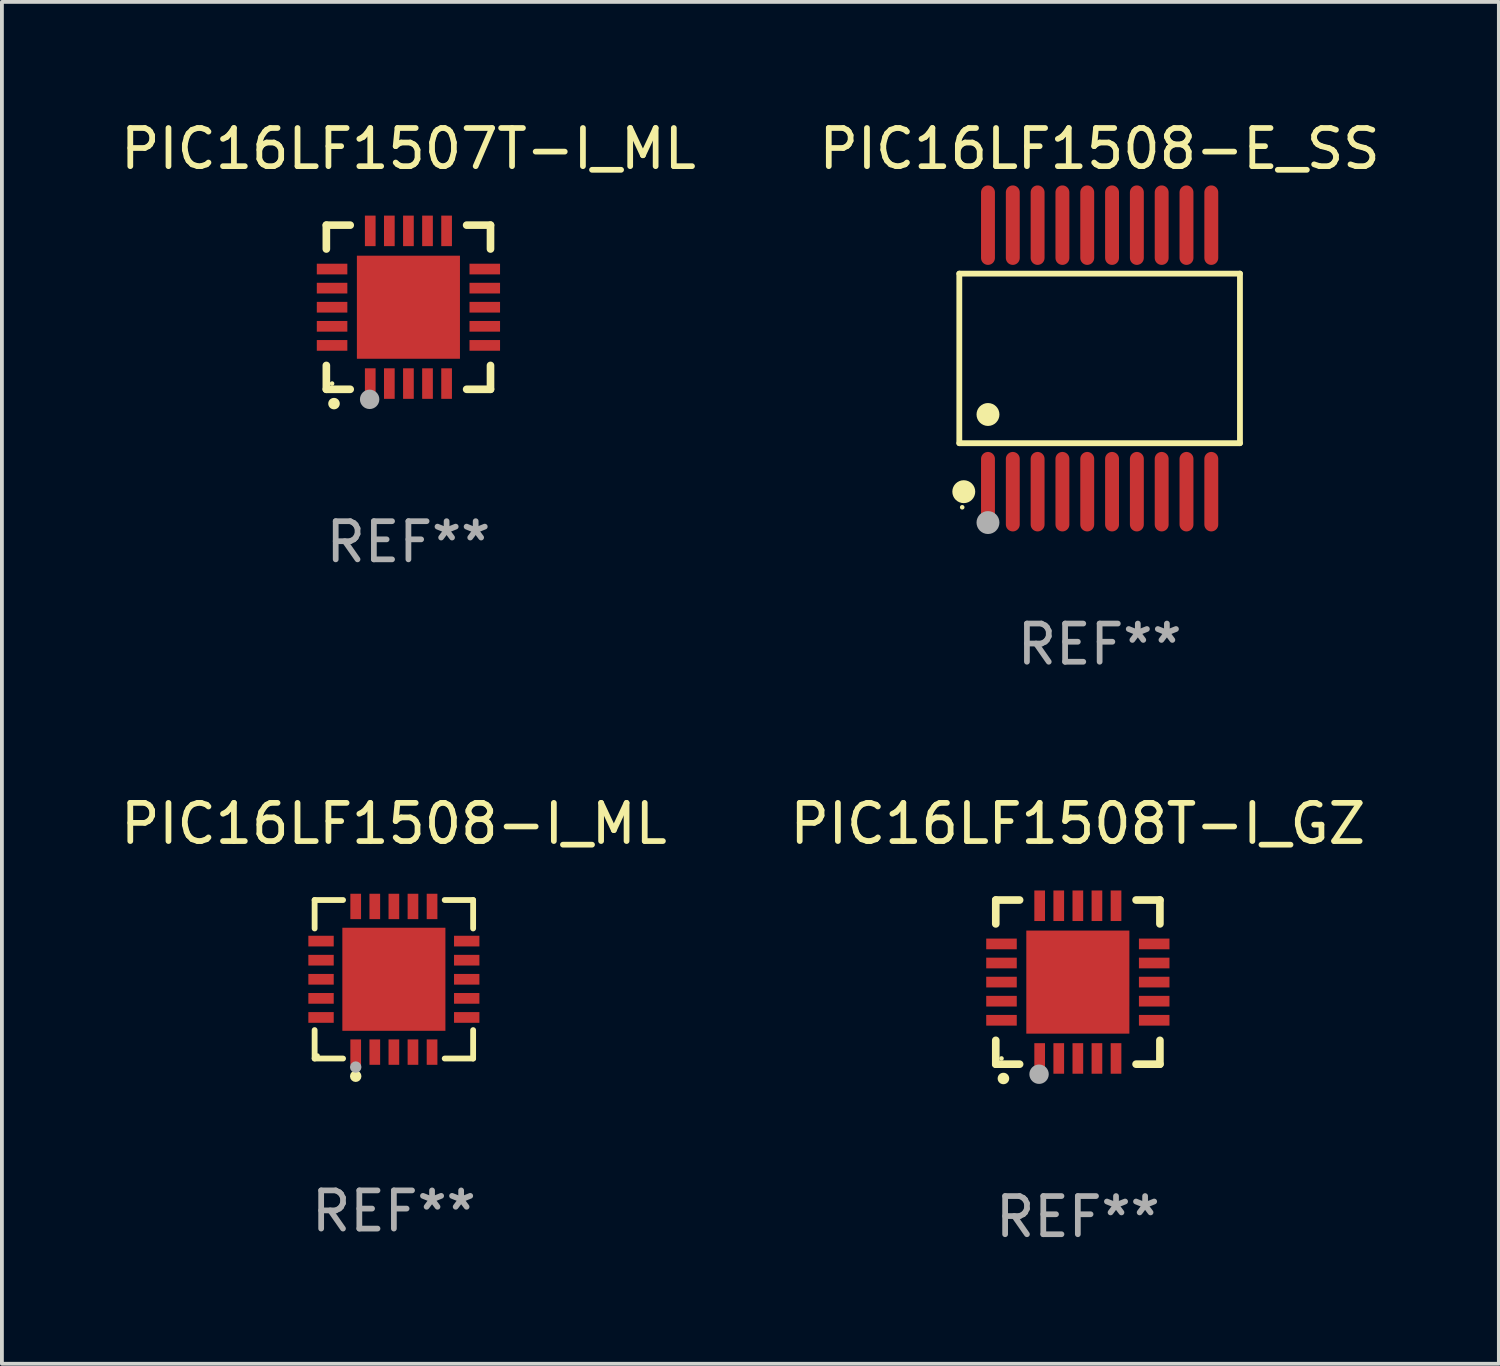
<source format=kicad_pcb>
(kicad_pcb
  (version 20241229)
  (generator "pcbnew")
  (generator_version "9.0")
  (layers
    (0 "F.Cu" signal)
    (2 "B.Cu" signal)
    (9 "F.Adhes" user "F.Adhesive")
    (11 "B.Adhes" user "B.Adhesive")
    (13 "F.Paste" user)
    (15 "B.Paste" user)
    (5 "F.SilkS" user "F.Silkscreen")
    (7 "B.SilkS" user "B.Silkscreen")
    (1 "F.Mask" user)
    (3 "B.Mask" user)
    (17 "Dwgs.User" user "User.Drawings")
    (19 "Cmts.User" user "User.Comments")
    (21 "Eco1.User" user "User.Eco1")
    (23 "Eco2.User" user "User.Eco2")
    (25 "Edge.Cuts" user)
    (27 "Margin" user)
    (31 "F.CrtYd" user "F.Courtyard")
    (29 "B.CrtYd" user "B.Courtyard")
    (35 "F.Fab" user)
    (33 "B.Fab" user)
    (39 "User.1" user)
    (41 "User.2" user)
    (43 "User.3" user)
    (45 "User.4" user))
  (footprint "PIC16LF1508-I_ML"
    (layer "F.Cu")
    (at 7.268 22.603)
    (property "Reference" "PIC16LF1508-I_ML" (at 0 -4.076 0) (layer "F.SilkS") (effects (font (size 1 1) (thickness 0.15))))
    (attr through_hole)
    (fp_line (start -2.076 -2.076) (end -1.331 -2.076) (stroke (width 0.152) (type solid)) (layer "F.SilkS"))
    (fp_line (start -2.076 -1.331) (end -2.076 -2.076) (stroke (width 0.152) (type solid)) (layer "F.SilkS"))
    (fp_line (start -2.076 1.331) (end -2.076 2.076) (stroke (width 0.152) (type solid)) (layer "F.SilkS"))
    (fp_line (start -2.076 2.076) (end -1.331 2.076) (stroke (width 0.152) (type solid)) (layer "F.SilkS"))
    (fp_line (start 2.076 -2.076) (end 1.331 -2.076) (stroke (width 0.152) (type solid)) (layer "F.SilkS"))
    (fp_line (start 2.076 -1.331) (end 2.076 -2.076) (stroke (width 0.152) (type solid)) (layer "F.SilkS"))
    (fp_line (start 2.076 1.331) (end 2.076 2.076) (stroke (width 0.152) (type solid)) (layer "F.SilkS"))
    (fp_line (start 2.076 2.076) (end 1.331 2.076) (stroke (width 0.152) (type solid)) (layer "F.SilkS"))
    (fp_circle (center -2 2) (end -1.97 2) (stroke (width 0.06) (type solid)) (fill no) (layer "F.SilkS"))
    (fp_circle (center -1 2.54) (end -0.925 2.54) (stroke (width 0.15) (type solid)) (fill no) (layer "F.SilkS"))
    (fp_circle (center -1 2.3) (end -0.925 2.3) (stroke (width 0.15) (type solid)) (fill no) (layer "F.Fab"))
    (fp_text user "REF**" (at 0 6.076 0) (layer "F.Fab") (effects (font (size 1 1) (thickness 0.15))))
    (pad "1" smd rect (at -1 1.908) (size 0.28 0.665) (layers "F.Cu" "F.Mask" "F.Paste"))
    (pad "2" smd rect (at -0.5 1.908) (size 0.28 0.665) (layers "F.Cu" "F.Mask" "F.Paste"))
    (pad "3" smd rect (at 0 1.908) (size 0.28 0.665) (layers "F.Cu" "F.Mask" "F.Paste"))
    (pad "4" smd rect (at 0.5 1.908) (size 0.28 0.665) (layers "F.Cu" "F.Mask" "F.Paste"))
    (pad "5" smd rect (at 1 1.908) (size 0.28 0.665) (layers "F.Cu" "F.Mask" "F.Paste"))
    (pad "6" smd rect (at 1.908 1) (size 0.665 0.28) (layers "F.Cu" "F.Mask" "F.Paste"))
    (pad "7" smd rect (at 1.908 0.5) (size 0.665 0.28) (layers "F.Cu" "F.Mask" "F.Paste"))
    (pad "8" smd rect (at 1.908 0) (size 0.665 0.28) (layers "F.Cu" "F.Mask" "F.Paste"))
    (pad "9" smd rect (at 1.908 -0.5) (size 0.665 0.28) (layers "F.Cu" "F.Mask" "F.Paste"))
    (pad "10" smd rect (at 1.908 -1) (size 0.665 0.28) (layers "F.Cu" "F.Mask" "F.Paste"))
    (pad "11" smd rect (at 1 -1.908) (size 0.28 0.665) (layers "F.Cu" "F.Mask" "F.Paste"))
    (pad "12" smd rect (at 0.5 -1.908) (size 0.28 0.665) (layers "F.Cu" "F.Mask" "F.Paste"))
    (pad "13" smd rect (at 0 -1.908) (size 0.28 0.665) (layers "F.Cu" "F.Mask" "F.Paste"))
    (pad "14" smd rect (at -0.5 -1.908) (size 0.28 0.665) (layers "F.Cu" "F.Mask" "F.Paste"))
    (pad "15" smd rect (at -1 -1.908) (size 0.28 0.665) (layers "F.Cu" "F.Mask" "F.Paste"))
    (pad "16" smd rect (at -1.908 -1) (size 0.665 0.28) (layers "F.Cu" "F.Mask" "F.Paste"))
    (pad "17" smd rect (at -1.908 -0.5) (size 0.665 0.28) (layers "F.Cu" "F.Mask" "F.Paste"))
    (pad "18" smd rect (at -1.908 0) (size 0.665 0.28) (layers "F.Cu" "F.Mask" "F.Paste"))
    (pad "19" smd rect (at -1.908 0.5) (size 0.665 0.28) (layers "F.Cu" "F.Mask" "F.Paste"))
    (pad "20" smd rect (at -1.908 1) (size 0.665 0.28) (layers "F.Cu" "F.Mask" "F.Paste"))
    (pad "21" smd rect (at 0 0) (size 2.7 2.7) (layers "F.Cu" "F.Mask" "F.Paste")))
  (footprint "PIC16LF1507T-I_ML"
    (layer "F.Cu")
    (at 7.649 4.998)
    (property "Reference" "PIC16LF1507T-I_ML" (at 0 -4.15 0) (layer "F.SilkS") (effects (font (size 1 1) (thickness 0.15))))
    (attr through_hole)
    (fp_line (start -2.15 -2.15) (end -2.15 -1.525) (stroke (width 0.2) (type solid)) (layer "F.SilkS"))
    (fp_line (start -2.15 2.15) (end -2.15 1.525) (stroke (width 0.2) (type solid)) (layer "F.SilkS"))
    (fp_line (start -1.525 -2.15) (end -2.15 -2.15) (stroke (width 0.2) (type solid)) (layer "F.SilkS"))
    (fp_line (start -1.525 2.15) (end -2.15 2.15) (stroke (width 0.2) (type solid)) (layer "F.SilkS"))
    (fp_line (start 1.525 2.15) (end 2.15 2.15) (stroke (width 0.2) (type solid)) (layer "F.SilkS"))
    (fp_line (start 2.15 -2.15) (end 1.525 -2.15) (stroke (width 0.2) (type solid)) (layer "F.SilkS"))
    (fp_line (start 2.15 -1.525) (end 2.15 -2.15) (stroke (width 0.2) (type solid)) (layer "F.SilkS"))
    (fp_line (start 2.15 2.15) (end 2.15 1.525) (stroke (width 0.2) (type solid)) (layer "F.SilkS"))
    (fp_arc (start -1.950724 2.524765) (mid -1.949454 2.52476) (end -1.948184 2.524765) (stroke (width 0.3) (type solid)) (layer "F.SilkS"))
    (fp_circle (center -2 2) (end -1.97 2) (stroke (width 0.06) (type solid)) (fill no) (layer "F.SilkS"))
    (fp_circle (center -1.016 2.413) (end -0.889 2.413) (stroke (width 0.254) (type solid)) (fill no) (layer "F.Fab"))
    (fp_text user "REF**" (at 0 6.15 0) (layer "F.Fab") (effects (font (size 1 1) (thickness 0.15))))
    (pad "1" smd rect (at -1 2) (size 0.28 0.8) (layers "F.Cu" "F.Mask" "F.Paste"))
    (pad "2" smd rect (at -0.5 2) (size 0.28 0.8) (layers "F.Cu" "F.Mask" "F.Paste"))
    (pad "3" smd rect (at 0 2) (size 0.28 0.8) (layers "F.Cu" "F.Mask" "F.Paste"))
    (pad "4" smd rect (at 0.5 2) (size 0.28 0.8) (layers "F.Cu" "F.Mask" "F.Paste"))
    (pad "5" smd rect (at 1 2) (size 0.28 0.8) (layers "F.Cu" "F.Mask" "F.Paste"))
    (pad "6" smd rect (at 2 1) (size 0.8 0.28) (layers "F.Cu" "F.Mask" "F.Paste"))
    (pad "7" smd rect (at 2 0.5) (size 0.8 0.28) (layers "F.Cu" "F.Mask" "F.Paste"))
    (pad "8" smd rect (at 2 0) (size 0.8 0.28) (layers "F.Cu" "F.Mask" "F.Paste"))
    (pad "9" smd rect (at 2 -0.5) (size 0.8 0.28) (layers "F.Cu" "F.Mask" "F.Paste"))
    (pad "10" smd rect (at 2 -1) (size 0.8 0.28) (layers "F.Cu" "F.Mask" "F.Paste"))
    (pad "11" smd rect (at 1 -2) (size 0.28 0.8) (layers "F.Cu" "F.Mask" "F.Paste"))
    (pad "12" smd rect (at 0.5 -2) (size 0.28 0.8) (layers "F.Cu" "F.Mask" "F.Paste"))
    (pad "13" smd rect (at 0 -2) (size 0.28 0.8) (layers "F.Cu" "F.Mask" "F.Paste"))
    (pad "14" smd rect (at -0.5 -2) (size 0.28 0.8) (layers "F.Cu" "F.Mask" "F.Paste"))
    (pad "15" smd rect (at -1 -2) (size 0.28 0.8) (layers "F.Cu" "F.Mask" "F.Paste"))
    (pad "16" smd rect (at -2 -1) (size 0.8 0.28) (layers "F.Cu" "F.Mask" "F.Paste"))
    (pad "17" smd rect (at -2 -0.5) (size 0.8 0.28) (layers "F.Cu" "F.Mask" "F.Paste"))
    (pad "18" smd rect (at -2 0) (size 0.8 0.28) (layers "F.Cu" "F.Mask" "F.Paste"))
    (pad "19" smd rect (at -2 0.5) (size 0.8 0.28) (layers "F.Cu" "F.Mask" "F.Paste"))
    (pad "20" smd rect (at -2 1) (size 0.8 0.28) (layers "F.Cu" "F.Mask" "F.Paste"))
    (pad "21" smd rect (at 0 0) (size 2.7 2.7) (layers "F.Cu" "F.Mask" "F.Paste")))
  (footprint "PIC16LF1508-E_SS"
    (layer "F.Cu")
    (at 25.756 6.339)
    (property "Reference" "PIC16LF1508-E_SS" (at 0 -5.491 0) (layer "F.SilkS") (effects (font (size 1 1) (thickness 0.15))))
    (attr through_hole)
    (fp_line (start -3.676 -2.221) (end 3.676 -2.221) (stroke (width 0.152) (type solid)) (layer "F.SilkS"))
    (fp_line (start -3.676 2.221) (end -3.676 -2.221) (stroke (width 0.152) (type solid)) (layer "F.SilkS"))
    (fp_line (start 3.676 -2.221) (end 3.676 2.221) (stroke (width 0.152) (type solid)) (layer "F.SilkS"))
    (fp_line (start 3.676 2.221) (end -3.676 2.221) (stroke (width 0.152) (type solid)) (layer "F.SilkS"))
    (fp_circle (center -3.6 3.9) (end -3.57 3.9) (stroke (width 0.06) (type solid)) (fill no) (layer "F.SilkS"))
    (fp_circle (center -3.559 3.491) (end -3.409 3.491) (stroke (width 0.3) (type solid)) (fill no) (layer "F.SilkS"))
    (fp_circle (center -2.925 1.469) (end -2.775 1.469) (stroke (width 0.3) (type solid)) (fill no) (layer "F.SilkS"))
    (fp_circle (center -2.925 4.3) (end -2.775 4.3) (stroke (width 0.3) (type solid)) (fill no) (layer "F.Fab"))
    (fp_text user "REF**" (at 0 7.491 0) (layer "F.Fab") (effects (font (size 1 1) (thickness 0.15))))
    (pad "1" smd oval (at -2.925 3.491) (size 0.364 2.082) (layers "F.Cu" "F.Mask" "F.Paste"))
    (pad "2" smd oval (at -2.275 3.491) (size 0.364 2.082) (layers "F.Cu" "F.Mask" "F.Paste"))
    (pad "3" smd oval (at -1.625 3.491) (size 0.364 2.082) (layers "F.Cu" "F.Mask" "F.Paste"))
    (pad "4" smd oval (at -0.975 3.491) (size 0.364 2.082) (layers "F.Cu" "F.Mask" "F.Paste"))
    (pad "5" smd oval (at -0.325 3.491) (size 0.364 2.082) (layers "F.Cu" "F.Mask" "F.Paste"))
    (pad "6" smd oval (at 0.325 3.491) (size 0.364 2.082) (layers "F.Cu" "F.Mask" "F.Paste"))
    (pad "7" smd oval (at 0.975 3.491) (size 0.364 2.082) (layers "F.Cu" "F.Mask" "F.Paste"))
    (pad "8" smd oval (at 1.625 3.491) (size 0.364 2.082) (layers "F.Cu" "F.Mask" "F.Paste"))
    (pad "9" smd oval (at 2.275 3.491) (size 0.364 2.082) (layers "F.Cu" "F.Mask" "F.Paste"))
    (pad "10" smd oval (at 2.925 3.491) (size 0.364 2.082) (layers "F.Cu" "F.Mask" "F.Paste"))
    (pad "11" smd oval (at 2.925 -3.491) (size 0.364 2.082) (layers "F.Cu" "F.Mask" "F.Paste"))
    (pad "12" smd oval (at 2.275 -3.491) (size 0.364 2.082) (layers "F.Cu" "F.Mask" "F.Paste"))
    (pad "13" smd oval (at 1.625 -3.491) (size 0.364 2.082) (layers "F.Cu" "F.Mask" "F.Paste"))
    (pad "14" smd oval (at 0.975 -3.491) (size 0.364 2.082) (layers "F.Cu" "F.Mask" "F.Paste"))
    (pad "15" smd oval (at 0.325 -3.491) (size 0.364 2.082) (layers "F.Cu" "F.Mask" "F.Paste"))
    (pad "16" smd oval (at -0.325 -3.491) (size 0.364 2.082) (layers "F.Cu" "F.Mask" "F.Paste"))
    (pad "17" smd oval (at -0.975 -3.491) (size 0.364 2.082) (layers "F.Cu" "F.Mask" "F.Paste"))
    (pad "18" smd oval (at -1.625 -3.491) (size 0.364 2.082) (layers "F.Cu" "F.Mask" "F.Paste"))
    (pad "19" smd oval (at -2.275 -3.491) (size 0.364 2.082) (layers "F.Cu" "F.Mask" "F.Paste"))
    (pad "20" smd oval (at -2.925 -3.491) (size 0.364 2.082) (layers "F.Cu" "F.Mask" "F.Paste")))
  (footprint "PIC16LF1508T-I_GZ"
    (layer "F.Cu")
    (at 25.185 22.677)
    (property "Reference" "PIC16LF1508T-I_GZ" (at 0 -4.15 0) (layer "F.SilkS") (effects (font (size 1 1) (thickness 0.15))))
    (attr through_hole)
    (fp_line (start -2.15 -2.15) (end -2.15 -1.525) (stroke (width 0.2) (type solid)) (layer "F.SilkS"))
    (fp_line (start -2.15 2.15) (end -2.15 1.525) (stroke (width 0.2) (type solid)) (layer "F.SilkS"))
    (fp_line (start -1.525 -2.15) (end -2.15 -2.15) (stroke (width 0.2) (type solid)) (layer "F.SilkS"))
    (fp_line (start -1.525 2.15) (end -2.15 2.15) (stroke (width 0.2) (type solid)) (layer "F.SilkS"))
    (fp_line (start 1.525 2.15) (end 2.15 2.15) (stroke (width 0.2) (type solid)) (layer "F.SilkS"))
    (fp_line (start 2.15 -2.15) (end 1.525 -2.15) (stroke (width 0.2) (type solid)) (layer "F.SilkS"))
    (fp_line (start 2.15 -1.525) (end 2.15 -2.15) (stroke (width 0.2) (type solid)) (layer "F.SilkS"))
    (fp_line (start 2.15 2.15) (end 2.15 1.525) (stroke (width 0.2) (type solid)) (layer "F.SilkS"))
    (fp_arc (start -1.950724 2.524765) (mid -1.949454 2.52476) (end -1.948184 2.524765) (stroke (width 0.3) (type solid)) (layer "F.SilkS"))
    (fp_circle (center -2 2) (end -1.97 2) (stroke (width 0.06) (type solid)) (fill no) (layer "F.SilkS"))
    (fp_circle (center -1.016 2.413) (end -0.889 2.413) (stroke (width 0.254) (type solid)) (fill no) (layer "F.Fab"))
    (fp_text user "REF**" (at 0 6.15 0) (layer "F.Fab") (effects (font (size 1 1) (thickness 0.15))))
    (pad "1" smd rect (at -1 2 180) (size 0.28 0.8) (layers "F.Cu" "F.Mask" "F.Paste"))
    (pad "2" smd rect (at -0.5 2 180) (size 0.28 0.8) (layers "F.Cu" "F.Mask" "F.Paste"))
    (pad "3" smd rect (at 0 2 180) (size 0.28 0.8) (layers "F.Cu" "F.Mask" "F.Paste"))
    (pad "4" smd rect (at 0.5 2 180) (size 0.28 0.8) (layers "F.Cu" "F.Mask" "F.Paste"))
    (pad "5" smd rect (at 1 2 180) (size 0.28 0.8) (layers "F.Cu" "F.Mask" "F.Paste"))
    (pad "6" smd rect (at 2 1 90) (size 0.28 0.8) (layers "F.Cu" "F.Mask" "F.Paste"))
    (pad "7" smd rect (at 2 0.5 90) (size 0.28 0.8) (layers "F.Cu" "F.Mask" "F.Paste"))
    (pad "8" smd rect (at 2 0 90) (size 0.28 0.8) (layers "F.Cu" "F.Mask" "F.Paste"))
    (pad "9" smd rect (at 2 -0.5 90) (size 0.28 0.8) (layers "F.Cu" "F.Mask" "F.Paste"))
    (pad "10" smd rect (at 2 -1 90) (size 0.28 0.8) (layers "F.Cu" "F.Mask" "F.Paste"))
    (pad "11" smd rect (at 1 -2 180) (size 0.28 0.8) (layers "F.Cu" "F.Mask" "F.Paste"))
    (pad "12" smd rect (at 0.5 -2 180) (size 0.28 0.8) (layers "F.Cu" "F.Mask" "F.Paste"))
    (pad "13" smd rect (at 0 -2 180) (size 0.28 0.8) (layers "F.Cu" "F.Mask" "F.Paste"))
    (pad "14" smd rect (at -0.5 -2 180) (size 0.28 0.8) (layers "F.Cu" "F.Mask" "F.Paste"))
    (pad "15" smd rect (at -1 -2 180) (size 0.28 0.8) (layers "F.Cu" "F.Mask" "F.Paste"))
    (pad "16" smd rect (at -2 -1 90) (size 0.28 0.8) (layers "F.Cu" "F.Mask" "F.Paste"))
    (pad "17" smd rect (at -2 -0.5 90) (size 0.28 0.8) (layers "F.Cu" "F.Mask" "F.Paste"))
    (pad "18" smd rect (at -2 0 90) (size 0.28 0.8) (layers "F.Cu" "F.Mask" "F.Paste"))
    (pad "19" smd rect (at -2 0.5 90) (size 0.28 0.8) (layers "F.Cu" "F.Mask" "F.Paste"))
    (pad "20" smd rect (at -2 1 90) (size 0.28 0.8) (layers "F.Cu" "F.Mask" "F.Paste"))
    (pad "21" smd rect (at 0 0 90) (size 2.7 2.7) (layers "F.Cu" "F.Mask" "F.Paste")))
  (gr_rect
    (start -3 -3)
    (end 36.214 32.675)
    (stroke (width 0.1) (type default))
    (fill no)
    (layer "Edge.Cuts")))
</source>
